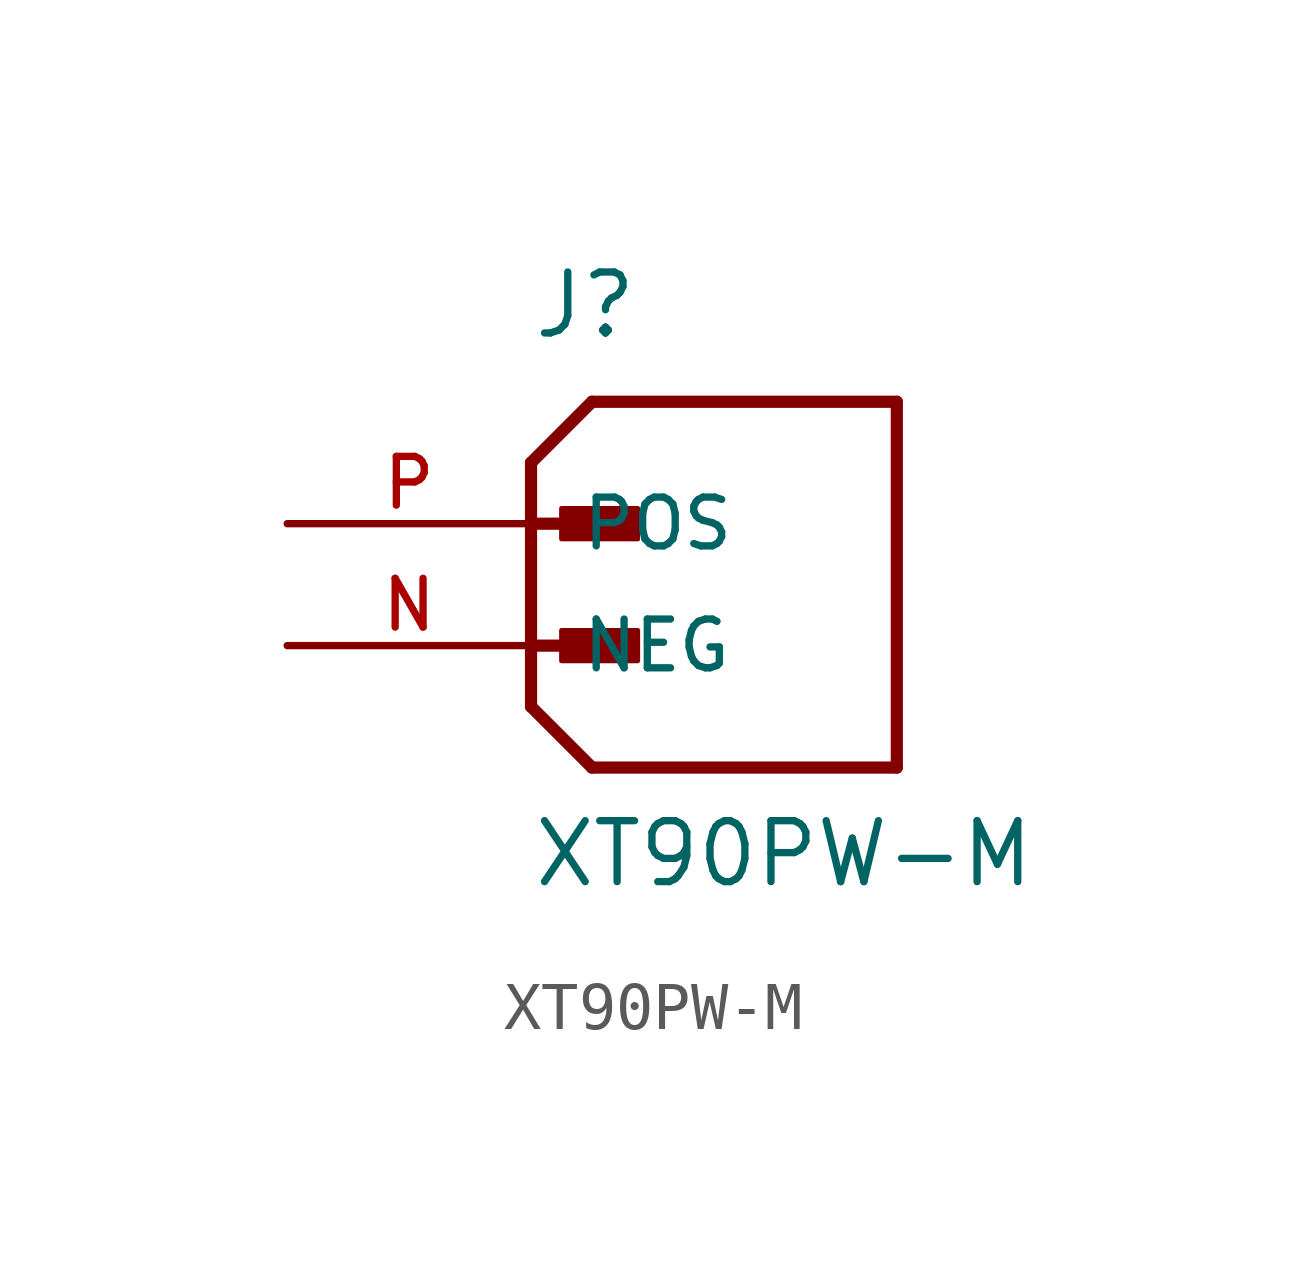
<source format=kicad_sym>
(kicad_symbol_lib
  (version 20231120)
  (generator "kicad_symbol_editor")
  (generator_version "8.0")
  (symbol "XT90PW-M"
    (pin_names
      (offset 1.016))
    (property "Reference" "J"
      (at 0 3.81 0)
      (effects (font (size 1.27 1.27)) (justify left bottom)))
    (property "Value" "XT90PW-M"
      (at 0 -7.62 0)
      (effects (font (size 1.27 1.27)) (justify left bottom)))
    (symbol "XT90PW-M_0_0"
      (polyline (pts (xy 0 -3.81) (xy 1.27 -5.08)) (stroke (width 0.254) (type default)) (fill (type none)))
      (polyline (pts (xy 0 -2.54) (xy 1.905 -2.54)) (stroke (width 0.254) (type default)) (fill (type none)))
      (polyline (pts (xy 0 0) (xy 0 -3.81)) (stroke (width 0.254) (type default)) (fill (type none)))
      (polyline (pts (xy 0 0) (xy 1.905 0)) (stroke (width 0.254) (type default)) (fill (type none)))
      (polyline (pts (xy 0 1.27) (xy 0 0)) (stroke (width 0.254) (type default)) (fill (type none)))
      (polyline (pts (xy 0 1.27) (xy 1.27 2.54)) (stroke (width 0.254) (type default)) (fill (type none)))
      (polyline (pts (xy 1.27 -5.08) (xy 7.62 -5.08)) (stroke (width 0.254) (type default)) (fill (type none)))
      (polyline (pts (xy 7.62 -5.08) (xy 7.62 2.54)) (stroke (width 0.254) (type default)) (fill (type none)))
      (polyline (pts (xy 7.62 2.54) (xy 1.27 2.54)) (stroke (width 0.254) (type default)) (fill (type none)))
      (rectangle (start 0.635 -2.857) (end 2.223 -2.223) (stroke (width 0.1) (type default)) (fill (type outline)))
      (rectangle (start 0.635 -0.318) (end 2.223 0.318) (stroke (width 0.1) (type default)) (fill (type outline)))
      (pin passive line (at -5.08 -2.54 0) (length 5.08) (name "NEG" (effects (font (size 1.016 1.016)))) (number "N" (effects (font (size 1.016 1.016)))))
      (pin passive line (at -5.08 0 0) (length 5.08) (name "POS" (effects (font (size 1.016 1.016)))) (number "P" (effects (font (size 1.016 1.016))))))))
</source>
